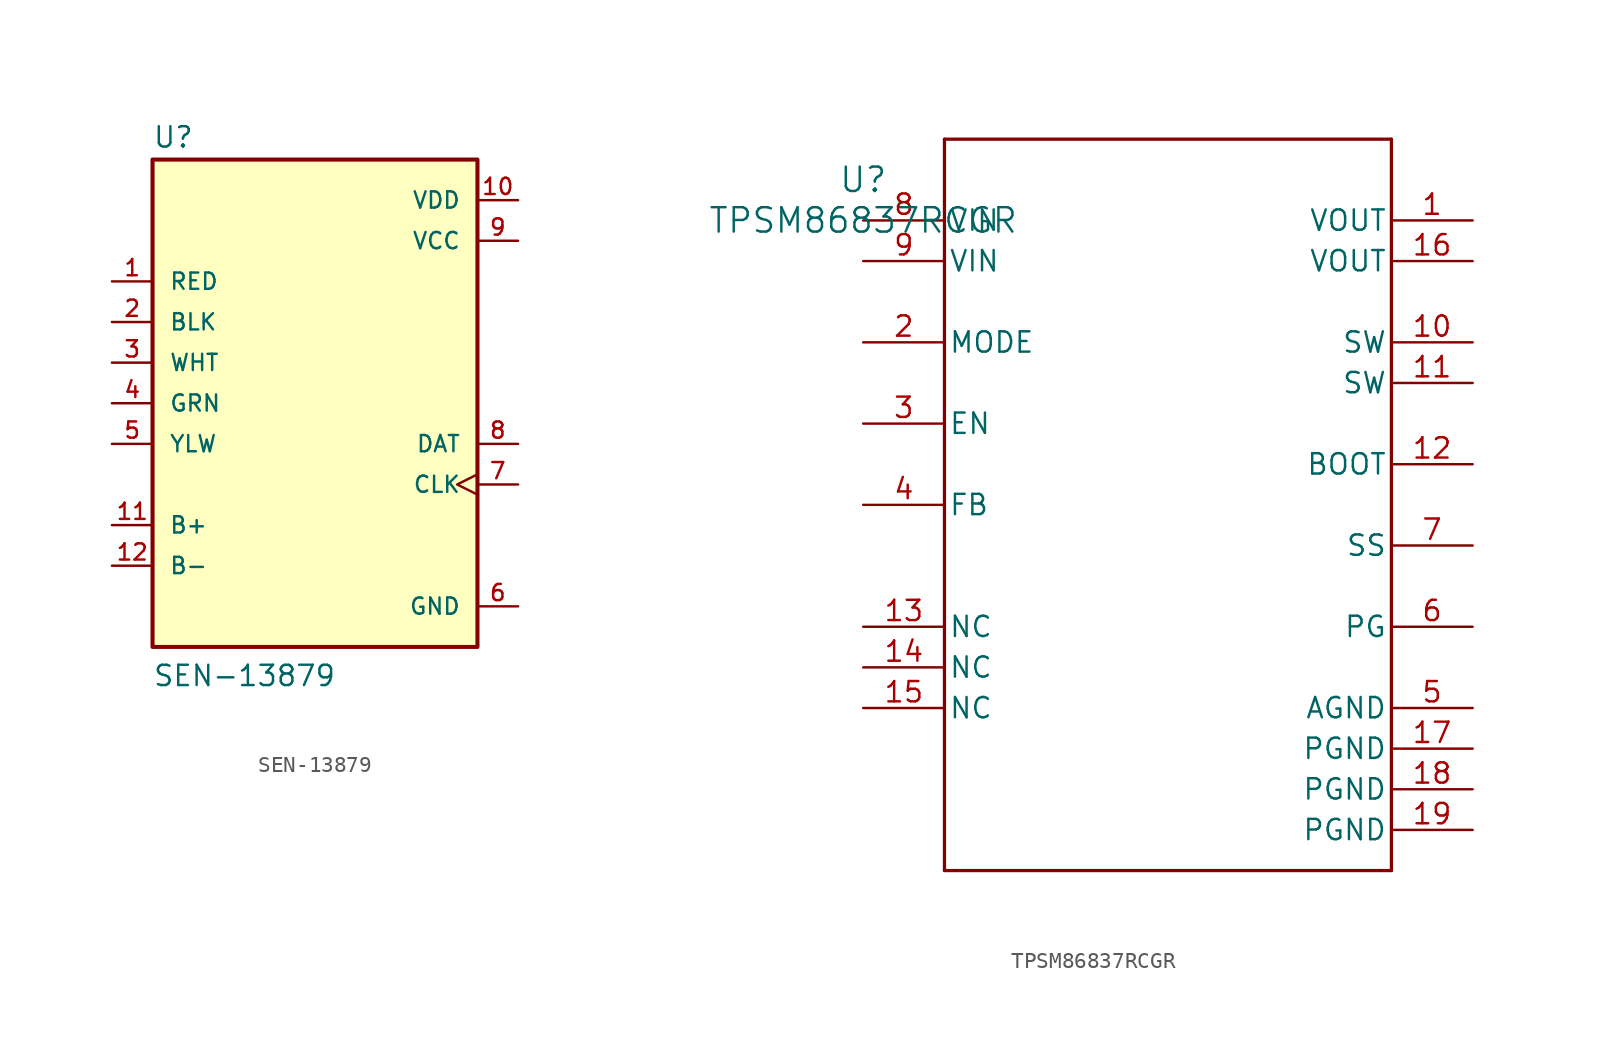
<source format=kicad_sym>
(kicad_symbol_lib
  (version 20241209)
  (generator "kicad_symbol_editor")
  (generator_version "9.0")
  (symbol "SEN-13879"
    (pin_names
      (offset 1.016))
    (property "Reference" "U"
      (at -10.172 15.894 0)
      (effects (font (size 1.27 1.27)) (justify left bottom)))
    (property "Value" "SEN-13879"
      (at -10.164 -17.787 0)
      (effects (font (size 1.27 1.27)) (justify left bottom)))
    (symbol "SEN-13879_0_0"
      (rectangle (start -10.16 -15.24) (end 10.16 15.24) (stroke (width 0.254) (type default)) (fill (type background)))
      (pin bidirectional line (at -12.7 7.62 0) (length 2.54) (name "RED" (effects (font (size 1.016 1.016)))) (number "1" (effects (font (size 1.016 1.016)))))
      (pin bidirectional line (at -12.7 5.08 0) (length 2.54) (name "BLK" (effects (font (size 1.016 1.016)))) (number "2" (effects (font (size 1.016 1.016)))))
      (pin input line (at -12.7 2.54 0) (length 2.54) (name "WHT" (effects (font (size 1.016 1.016)))) (number "3" (effects (font (size 1.016 1.016)))))
      (pin input line (at -12.7 0 0) (length 2.54) (name "GRN" (effects (font (size 1.016 1.016)))) (number "4" (effects (font (size 1.016 1.016)))))
      (pin bidirectional line (at -12.7 -2.54 0) (length 2.54) (name "YLW" (effects (font (size 1.016 1.016)))) (number "5" (effects (font (size 1.016 1.016)))))
      (pin input line (at -12.7 -7.62 0) (length 2.54) (name "B+" (effects (font (size 1.016 1.016)))) (number "11" (effects (font (size 1.016 1.016)))))
      (pin input line (at -12.7 -10.16 0) (length 2.54) (name "B-" (effects (font (size 1.016 1.016)))) (number "12" (effects (font (size 1.016 1.016)))))
      (pin power_in line (at 12.7 12.7 180) (length 2.54) (name "VDD" (effects (font (size 1.016 1.016)))) (number "10" (effects (font (size 1.016 1.016)))))
      (pin power_in line (at 12.7 10.16 180) (length 2.54) (name "VCC" (effects (font (size 1.016 1.016)))) (number "9" (effects (font (size 1.016 1.016)))))
      (pin output line (at 12.7 -2.54 180) (length 2.54) (name "DAT" (effects (font (size 1.016 1.016)))) (number "8" (effects (font (size 1.016 1.016)))))
      (pin input clock (at 12.7 -5.08 180) (length 2.54) (name "CLK" (effects (font (size 1.016 1.016)))) (number "7" (effects (font (size 1.016 1.016)))))
      (pin power_in line (at 12.7 -12.7 180) (length 2.54) (name "GND" (effects (font (size 1.016 1.016)))) (number "6" (effects (font (size 1.016 1.016)))))))
  (symbol "TPSM86837RCGR"
    (pin_names
      (offset 0.254))
    (property "Reference" "U"
      (at 0 2.54 0)
      (effects (font (size 1.524 1.524))))
    (property "Value" "TPSM86837RCGR"
      (at 0 0 0)
      (effects (font (size 1.524 1.524))))
    (symbol "TPSM86837RCGR_0_1"
      (polyline (pts (xy 5.08 5.08) (xy 5.08 -40.64)) (stroke (width 0.203) (type default)) (fill (type none)))
      (polyline (pts (xy 5.08 -40.64) (xy 33.02 -40.64)) (stroke (width 0.203) (type default)) (fill (type none)))
      (polyline (pts (xy 33.02 5.08) (xy 5.08 5.08)) (stroke (width 0.203) (type default)) (fill (type none)))
      (polyline (pts (xy 33.02 -40.64) (xy 33.02 5.08)) (stroke (width 0.203) (type default)) (fill (type none)))
      (pin power_in line (at 0 0 0) (length 5.08) (name "VIN" (effects (font (size 1.27 1.27)))) (number "8" (effects (font (size 1.27 1.27)))))
      (pin power_in line (at 0 -2.54 0) (length 5.08) (name "VIN" (effects (font (size 1.27 1.27)))) (number "9" (effects (font (size 1.27 1.27)))))
      (pin input line (at 0 -7.62 0) (length 5.08) (name "MODE" (effects (font (size 1.27 1.27)))) (number "2" (effects (font (size 1.27 1.27)))))
      (pin input line (at 0 -12.7 0) (length 5.08) (name "EN" (effects (font (size 1.27 1.27)))) (number "3" (effects (font (size 1.27 1.27)))))
      (pin input line (at 0 -17.78 0) (length 5.08) (name "FB" (effects (font (size 1.27 1.27)))) (number "4" (effects (font (size 1.27 1.27)))))
      (pin unspecified line (at 0 -25.4 0) (length 5.08) (name "NC" (effects (font (size 1.27 1.27)))) (number "13" (effects (font (size 1.27 1.27)))))
      (pin unspecified line (at 0 -27.94 0) (length 5.08) (name "NC" (effects (font (size 1.27 1.27)))) (number "14" (effects (font (size 1.27 1.27)))))
      (pin unspecified line (at 0 -30.48 0) (length 5.08) (name "NC" (effects (font (size 1.27 1.27)))) (number "15" (effects (font (size 1.27 1.27)))))
      (pin unspecified line (at 38.1 0 180) (length 5.08) (name "VOUT" (effects (font (size 1.27 1.27)))) (number "1" (effects (font (size 1.27 1.27)))))
      (pin unspecified line (at 38.1 -2.54 180) (length 5.08) (name "VOUT" (effects (font (size 1.27 1.27)))) (number "16" (effects (font (size 1.27 1.27)))))
      (pin unspecified line (at 38.1 -7.62 180) (length 5.08) (name "SW" (effects (font (size 1.27 1.27)))) (number "10" (effects (font (size 1.27 1.27)))))
      (pin unspecified line (at 38.1 -10.16 180) (length 5.08) (name "SW" (effects (font (size 1.27 1.27)))) (number "11" (effects (font (size 1.27 1.27)))))
      (pin unspecified line (at 38.1 -15.24 180) (length 5.08) (name "BOOT" (effects (font (size 1.27 1.27)))) (number "12" (effects (font (size 1.27 1.27)))))
      (pin input line (at 38.1 -20.32 180) (length 5.08) (name "SS" (effects (font (size 1.27 1.27)))) (number "7" (effects (font (size 1.27 1.27)))))
      (pin open_collector line (at 38.1 -25.4 180) (length 5.08) (name "PG" (effects (font (size 1.27 1.27)))) (number "6" (effects (font (size 1.27 1.27)))))
      (pin power_in line (at 38.1 -30.48 180) (length 5.08) (name "AGND" (effects (font (size 1.27 1.27)))) (number "5" (effects (font (size 1.27 1.27)))))
      (pin power_in line (at 38.1 -33.02 180) (length 5.08) (name "PGND" (effects (font (size 1.27 1.27)))) (number "17" (effects (font (size 1.27 1.27)))))
      (pin power_in line (at 38.1 -35.56 180) (length 5.08) (name "PGND" (effects (font (size 1.27 1.27)))) (number "18" (effects (font (size 1.27 1.27)))))
      (pin power_in line (at 38.1 -38.1 180) (length 5.08) (name "PGND" (effects (font (size 1.27 1.27)))) (number "19" (effects (font (size 1.27 1.27))))))))
</source>
